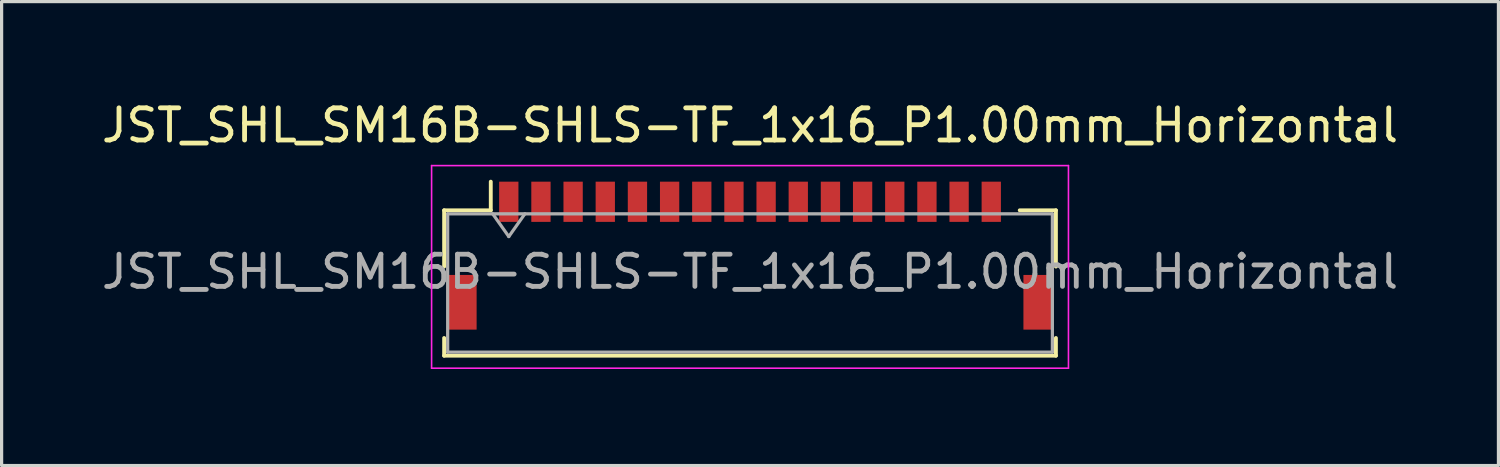
<source format=kicad_pcb>
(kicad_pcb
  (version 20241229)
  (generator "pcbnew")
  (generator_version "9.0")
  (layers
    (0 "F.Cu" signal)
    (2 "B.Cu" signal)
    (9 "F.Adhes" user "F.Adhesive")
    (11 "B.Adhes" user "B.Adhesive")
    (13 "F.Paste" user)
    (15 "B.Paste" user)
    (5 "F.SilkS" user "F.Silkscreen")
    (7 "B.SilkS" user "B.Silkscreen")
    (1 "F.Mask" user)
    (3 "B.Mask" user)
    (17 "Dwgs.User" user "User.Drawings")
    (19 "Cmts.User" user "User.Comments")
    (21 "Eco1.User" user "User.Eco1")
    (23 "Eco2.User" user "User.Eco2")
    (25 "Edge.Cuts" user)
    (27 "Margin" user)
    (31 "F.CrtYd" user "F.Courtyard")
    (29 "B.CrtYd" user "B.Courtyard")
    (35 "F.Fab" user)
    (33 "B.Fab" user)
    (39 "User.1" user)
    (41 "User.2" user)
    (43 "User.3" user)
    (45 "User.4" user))
  (footprint "JST_SHL_SM16B-SHLS-TF_1x16_P1.00mm_Horizontal"
    (layer "F.Cu")
    (at 20.268 4.898)
    (property "Reference" "JST_SHL_SM16B-SHLS-TF_1x16_P1.00mm_Horizontal" (at 0 -4.05 0) (layer "F.SilkS") (effects (font (size 1 1) (thickness 0.15))))
    (attr smd)
    (fp_line (start -9.51 -1.41) (end -8.06 -1.41) (stroke (width 0.12) (type solid)) (layer "F.SilkS"))
    (fp_line (start -9.51 0.34) (end -9.51 -1.41) (stroke (width 0.12) (type solid)) (layer "F.SilkS"))
    (fp_line (start -9.51 2.56) (end -9.51 3.11) (stroke (width 0.12) (type solid)) (layer "F.SilkS"))
    (fp_line (start -9.51 3.11) (end 9.51 3.11) (stroke (width 0.12) (type solid)) (layer "F.SilkS"))
    (fp_line (start -8.06 -1.41) (end -8.06 -2.3) (stroke (width 0.12) (type solid)) (layer "F.SilkS"))
    (fp_line (start 9.51 -1.41) (end 8.385 -1.41) (stroke (width 0.12) (type solid)) (layer "F.SilkS"))
    (fp_line (start 9.51 0.34) (end 9.51 -1.41) (stroke (width 0.12) (type solid)) (layer "F.SilkS"))
    (fp_line (start 9.51 3.11) (end 9.51 2.56) (stroke (width 0.12) (type solid)) (layer "F.SilkS"))
    (fp_line (start -9.9 -2.8) (end -9.9 3.5) (stroke (width 0.05) (type solid)) (layer "F.CrtYd"))
    (fp_line (start -9.9 3.5) (end 9.9 3.5) (stroke (width 0.05) (type solid)) (layer "F.CrtYd"))
    (fp_line (start 9.9 -2.8) (end -9.9 -2.8) (stroke (width 0.05) (type solid)) (layer "F.CrtYd"))
    (fp_line (start 9.9 3.5) (end 9.9 -2.8) (stroke (width 0.05) (type solid)) (layer "F.CrtYd"))
    (fp_line (start -9.4 -1.3) (end -9.4 3) (stroke (width 0.1) (type solid)) (layer "F.Fab"))
    (fp_line (start -9.4 3) (end 9.4 3) (stroke (width 0.1) (type solid)) (layer "F.Fab"))
    (fp_line (start -8 -1.3) (end -7.5 -0.593) (stroke (width 0.1) (type solid)) (layer "F.Fab"))
    (fp_line (start -7.5 -0.593) (end -7 -1.3) (stroke (width 0.1) (type solid)) (layer "F.Fab"))
    (fp_line (start 9.4 -1.3) (end -9.4 -1.3) (stroke (width 0.1) (type solid)) (layer "F.Fab"))
    (fp_line (start 9.4 3) (end 9.4 -1.3) (stroke (width 0.1) (type solid)) (layer "F.Fab"))
    (fp_text user "${REFERENCE}" (at 0 0.5 0) (layer "F.Fab") (effects (font (size 1 1) (thickness 0.15))))
    (pad "" smd rect (at -8.95 1.45) (size 0.9 1.7) (layers "F.Cu" "F.Mask" "F.Paste"))
    (pad "" smd rect (at 8.95 1.45) (size 0.9 1.7) (layers "F.Cu" "F.Mask" "F.Paste"))
    (pad "1" smd rect (at -7.5 -1.675) (size 0.6 1.25) (layers "F.Cu" "F.Mask" "F.Paste"))
    (pad "2" smd rect (at -6.5 -1.675) (size 0.6 1.25) (layers "F.Cu" "F.Mask" "F.Paste"))
    (pad "3" smd rect (at -5.5 -1.675) (size 0.6 1.25) (layers "F.Cu" "F.Mask" "F.Paste"))
    (pad "4" smd rect (at -4.5 -1.675) (size 0.6 1.25) (layers "F.Cu" "F.Mask" "F.Paste"))
    (pad "5" smd rect (at -3.5 -1.675) (size 0.6 1.25) (layers "F.Cu" "F.Mask" "F.Paste"))
    (pad "6" smd rect (at -2.5 -1.675) (size 0.6 1.25) (layers "F.Cu" "F.Mask" "F.Paste"))
    (pad "7" smd rect (at -1.5 -1.675) (size 0.6 1.25) (layers "F.Cu" "F.Mask" "F.Paste"))
    (pad "8" smd rect (at -0.5 -1.675) (size 0.6 1.25) (layers "F.Cu" "F.Mask" "F.Paste"))
    (pad "9" smd rect (at 0.5 -1.675) (size 0.6 1.25) (layers "F.Cu" "F.Mask" "F.Paste"))
    (pad "10" smd rect (at 1.5 -1.675) (size 0.6 1.25) (layers "F.Cu" "F.Mask" "F.Paste"))
    (pad "11" smd rect (at 2.5 -1.675) (size 0.6 1.25) (layers "F.Cu" "F.Mask" "F.Paste"))
    (pad "12" smd rect (at 3.5 -1.675) (size 0.6 1.25) (layers "F.Cu" "F.Mask" "F.Paste"))
    (pad "13" smd rect (at 4.5 -1.675) (size 0.6 1.25) (layers "F.Cu" "F.Mask" "F.Paste"))
    (pad "14" smd rect (at 5.5 -1.675) (size 0.6 1.25) (layers "F.Cu" "F.Mask" "F.Paste"))
    (pad "15" smd rect (at 6.5 -1.675) (size 0.6 1.25) (layers "F.Cu" "F.Mask" "F.Paste"))
    (pad "16" smd rect (at 7.5 -1.675) (size 0.6 1.25) (layers "F.Cu" "F.Mask" "F.Paste")))
  (gr_rect
    (start -3 -3)
    (end 43.536 11.423)
    (stroke (width 0.1) (type default))
    (fill no)
    (layer "Edge.Cuts")))
</source>
